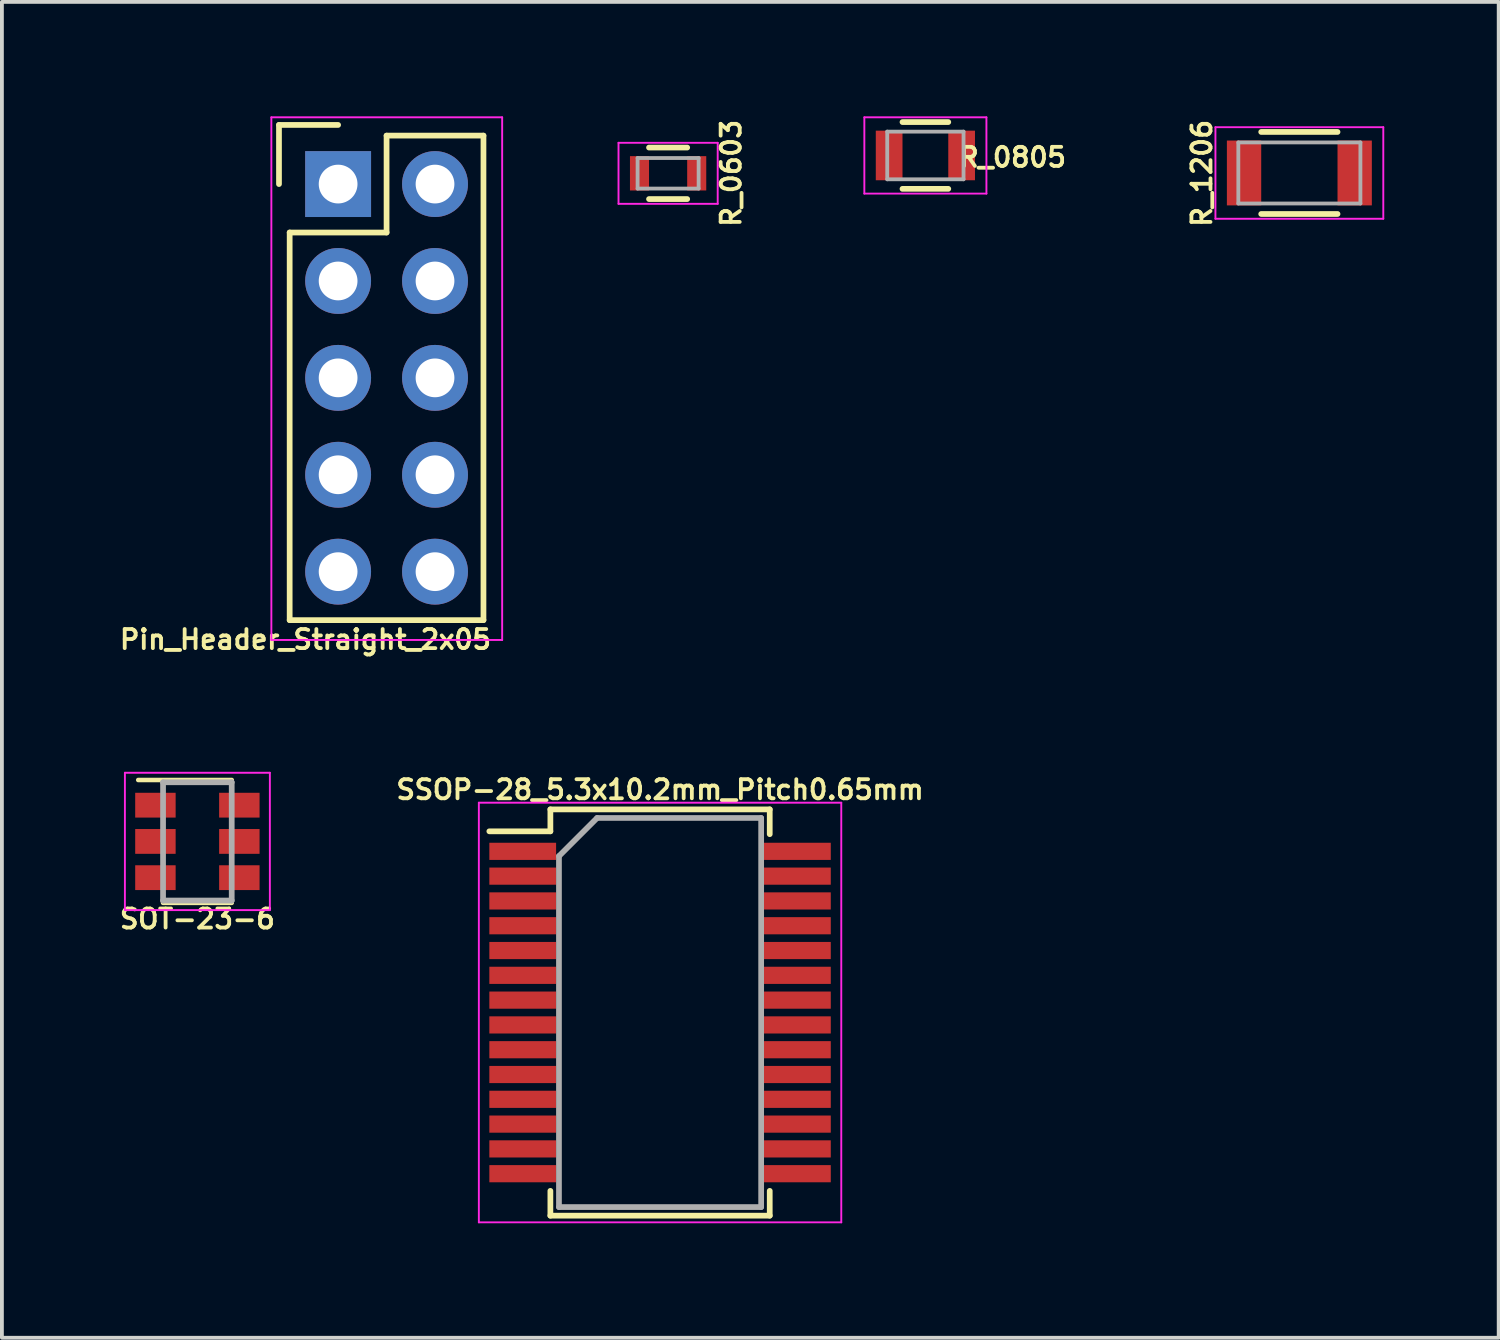
<source format=kicad_pcb>
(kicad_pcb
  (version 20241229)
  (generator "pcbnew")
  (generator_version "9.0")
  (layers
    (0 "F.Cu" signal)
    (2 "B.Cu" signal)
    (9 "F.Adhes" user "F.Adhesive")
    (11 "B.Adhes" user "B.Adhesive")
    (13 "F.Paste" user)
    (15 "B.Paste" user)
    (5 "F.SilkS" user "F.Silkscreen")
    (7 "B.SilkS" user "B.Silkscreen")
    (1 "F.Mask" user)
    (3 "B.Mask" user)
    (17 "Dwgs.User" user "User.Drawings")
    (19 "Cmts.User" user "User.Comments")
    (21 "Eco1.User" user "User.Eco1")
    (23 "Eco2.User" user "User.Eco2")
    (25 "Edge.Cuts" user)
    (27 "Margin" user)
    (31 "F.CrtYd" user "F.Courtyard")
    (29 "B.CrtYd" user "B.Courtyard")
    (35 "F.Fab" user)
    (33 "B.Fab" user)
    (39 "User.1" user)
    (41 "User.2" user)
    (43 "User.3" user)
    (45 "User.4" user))
  (footprint "R_0603"
    (layer "F.Cu")
    (at 14.463 1.493)
    (property "Reference" "R_0603" (at 1.651 0 270) (layer "F.SilkS") (effects (font (size 0.5 0.5) (thickness 0.1))))
    (attr smd)
    (fp_line (start -0.5 -0.675) (end 0.5 -0.675) (stroke (width 0.15) (type solid)) (layer "F.SilkS"))
    (fp_line (start 0.5 0.675) (end -0.5 0.675) (stroke (width 0.15) (type solid)) (layer "F.SilkS"))
    (fp_line (start -1.3 -0.8) (end -1.3 0.8) (stroke (width 0.05) (type solid)) (layer "F.CrtYd"))
    (fp_line (start -1.3 -0.8) (end 1.3 -0.8) (stroke (width 0.05) (type solid)) (layer "F.CrtYd"))
    (fp_line (start -1.3 0.8) (end 1.3 0.8) (stroke (width 0.05) (type solid)) (layer "F.CrtYd"))
    (fp_line (start 1.3 -0.8) (end 1.3 0.8) (stroke (width 0.05) (type solid)) (layer "F.CrtYd"))
    (fp_line (start -0.8 -0.4) (end 0.8 -0.4) (stroke (width 0.1) (type solid)) (layer "F.Fab"))
    (fp_line (start -0.8 0.4) (end -0.8 -0.4) (stroke (width 0.1) (type solid)) (layer "F.Fab"))
    (fp_line (start 0.8 -0.4) (end 0.8 0.4) (stroke (width 0.1) (type solid)) (layer "F.Fab"))
    (fp_line (start 0.8 0.4) (end -0.8 0.4) (stroke (width 0.1) (type solid)) (layer "F.Fab"))
    (pad "1" smd rect (at -0.75 0) (size 0.5 0.9) (layers "F.Cu" "F.Mask" "F.Paste"))
    (pad "2" smd rect (at 0.75 0) (size 0.5 0.9) (layers "F.Cu" "F.Mask" "F.Paste")))
  (footprint "Pin_Header_Straight_2x05"
    (layer "F.Cu")
    (at 5.813 1.775)
    (property "Reference" "Pin_Header_Straight_2x05" (at -0.856 11.938 0) (layer "F.SilkS") (effects (font (size 0.5 0.5) (thickness 0.1))))
    (attr through_hole)
    (fp_line (start -1.55 -1.55) (end -1.55 0) (stroke (width 0.15) (type solid)) (layer "F.SilkS"))
    (fp_line (start -1.27 11.43) (end -1.27 1.27) (stroke (width 0.15) (type solid)) (layer "F.SilkS"))
    (fp_line (start 0 -1.55) (end -1.55 -1.55) (stroke (width 0.15) (type solid)) (layer "F.SilkS"))
    (fp_line (start 1.27 -1.27) (end 1.27 1.27) (stroke (width 0.15) (type solid)) (layer "F.SilkS"))
    (fp_line (start 1.27 1.27) (end -1.27 1.27) (stroke (width 0.15) (type solid)) (layer "F.SilkS"))
    (fp_line (start 3.81 -1.27) (end 1.27 -1.27) (stroke (width 0.15) (type solid)) (layer "F.SilkS"))
    (fp_line (start 3.81 -1.27) (end 3.81 11.43) (stroke (width 0.15) (type solid)) (layer "F.SilkS"))
    (fp_line (start 3.81 11.43) (end -1.27 11.43) (stroke (width 0.15) (type solid)) (layer "F.SilkS"))
    (fp_line (start -1.75 -1.75) (end -1.75 11.95) (stroke (width 0.05) (type solid)) (layer "F.CrtYd"))
    (fp_line (start -1.75 -1.75) (end 4.3 -1.75) (stroke (width 0.05) (type solid)) (layer "F.CrtYd"))
    (fp_line (start -1.75 11.95) (end 4.3 11.95) (stroke (width 0.05) (type solid)) (layer "F.CrtYd"))
    (fp_line (start 4.3 -1.75) (end 4.3 11.95) (stroke (width 0.05) (type solid)) (layer "F.CrtYd"))
    (pad "1" thru_hole rect (at 0 0) (size 1.727 1.727) (drill 1.016) (layers "*.Cu" "*.Mask"))
    (pad "2" thru_hole oval (at 2.54 0) (size 1.727 1.727) (drill 1.016) (layers "*.Cu" "*.Mask"))
    (pad "3" thru_hole oval (at 0 2.54) (size 1.727 1.727) (drill 1.016) (layers "*.Cu" "*.Mask"))
    (pad "4" thru_hole oval (at 2.54 2.54) (size 1.727 1.727) (drill 1.016) (layers "*.Cu" "*.Mask"))
    (pad "5" thru_hole oval (at 0 5.08) (size 1.727 1.727) (drill 1.016) (layers "*.Cu" "*.Mask"))
    (pad "6" thru_hole oval (at 2.54 5.08) (size 1.727 1.727) (drill 1.016) (layers "*.Cu" "*.Mask"))
    (pad "7" thru_hole oval (at 0 7.62) (size 1.727 1.727) (drill 1.016) (layers "*.Cu" "*.Mask"))
    (pad "8" thru_hole oval (at 2.54 7.62) (size 1.727 1.727) (drill 1.016) (layers "*.Cu" "*.Mask"))
    (pad "9" thru_hole oval (at 0 10.16) (size 1.727 1.727) (drill 1.016) (layers "*.Cu" "*.Mask"))
    (pad "10" thru_hole oval (at 2.54 10.16) (size 1.727 1.727) (drill 1.016) (layers "*.Cu" "*.Mask")))
  (footprint "SSOP-28_5.3x10.2mm_Pitch0.65mm"
    (layer "F.Cu")
    (at 14.252 23.491)
    (property "Reference" "SSOP-28_5.3x10.2mm_Pitch0.65mm" (at 0 -5.842 0) (layer "F.SilkS") (effects (font (size 0.5 0.5) (thickness 0.1))))
    (attr smd)
    (fp_line (start -2.875 -5.325) (end -2.875 -4.75) (stroke (width 0.15) (type solid)) (layer "F.SilkS"))
    (fp_line (start -2.875 -5.325) (end 2.875 -5.325) (stroke (width 0.15) (type solid)) (layer "F.SilkS"))
    (fp_line (start -2.875 -4.75) (end -4.475 -4.75) (stroke (width 0.15) (type solid)) (layer "F.SilkS"))
    (fp_line (start -2.875 5.325) (end -2.875 4.675) (stroke (width 0.15) (type solid)) (layer "F.SilkS"))
    (fp_line (start -2.875 5.325) (end 2.875 5.325) (stroke (width 0.15) (type solid)) (layer "F.SilkS"))
    (fp_line (start 2.875 -5.325) (end 2.875 -4.675) (stroke (width 0.15) (type solid)) (layer "F.SilkS"))
    (fp_line (start 2.875 5.325) (end 2.875 4.675) (stroke (width 0.15) (type solid)) (layer "F.SilkS"))
    (fp_line (start -4.75 -5.5) (end -4.75 5.5) (stroke (width 0.05) (type solid)) (layer "F.CrtYd"))
    (fp_line (start -4.75 -5.5) (end 4.75 -5.5) (stroke (width 0.05) (type solid)) (layer "F.CrtYd"))
    (fp_line (start -4.75 5.5) (end 4.75 5.5) (stroke (width 0.05) (type solid)) (layer "F.CrtYd"))
    (fp_line (start 4.75 -5.5) (end 4.75 5.5) (stroke (width 0.05) (type solid)) (layer "F.CrtYd"))
    (fp_line (start -2.65 -4.1) (end -1.65 -5.1) (stroke (width 0.15) (type solid)) (layer "F.Fab"))
    (fp_line (start -2.65 5.1) (end -2.65 -4.1) (stroke (width 0.15) (type solid)) (layer "F.Fab"))
    (fp_line (start -1.65 -5.1) (end 2.65 -5.1) (stroke (width 0.15) (type solid)) (layer "F.Fab"))
    (fp_line (start 2.65 -5.1) (end 2.65 5.1) (stroke (width 0.15) (type solid)) (layer "F.Fab"))
    (fp_line (start 2.65 5.1) (end -2.65 5.1) (stroke (width 0.15) (type solid)) (layer "F.Fab"))
    (pad "1" smd rect (at -3.6 -4.225) (size 1.75 0.45) (layers "F.Cu" "F.Mask" "F.Paste"))
    (pad "2" smd rect (at -3.6 -3.575) (size 1.75 0.45) (layers "F.Cu" "F.Mask" "F.Paste"))
    (pad "3" smd rect (at -3.6 -2.925) (size 1.75 0.45) (layers "F.Cu" "F.Mask" "F.Paste"))
    (pad "4" smd rect (at -3.6 -2.275) (size 1.75 0.45) (layers "F.Cu" "F.Mask" "F.Paste"))
    (pad "5" smd rect (at -3.6 -1.625) (size 1.75 0.45) (layers "F.Cu" "F.Mask" "F.Paste"))
    (pad "6" smd rect (at -3.6 -0.975) (size 1.75 0.45) (layers "F.Cu" "F.Mask" "F.Paste"))
    (pad "7" smd rect (at -3.6 -0.325) (size 1.75 0.45) (layers "F.Cu" "F.Mask" "F.Paste"))
    (pad "8" smd rect (at -3.6 0.325) (size 1.75 0.45) (layers "F.Cu" "F.Mask" "F.Paste"))
    (pad "9" smd rect (at -3.6 0.975) (size 1.75 0.45) (layers "F.Cu" "F.Mask" "F.Paste"))
    (pad "10" smd rect (at -3.6 1.625) (size 1.75 0.45) (layers "F.Cu" "F.Mask" "F.Paste"))
    (pad "11" smd rect (at -3.6 2.275) (size 1.75 0.45) (layers "F.Cu" "F.Mask" "F.Paste"))
    (pad "12" smd rect (at -3.6 2.925) (size 1.75 0.45) (layers "F.Cu" "F.Mask" "F.Paste"))
    (pad "13" smd rect (at -3.6 3.575) (size 1.75 0.45) (layers "F.Cu" "F.Mask" "F.Paste"))
    (pad "14" smd rect (at -3.6 4.225) (size 1.75 0.45) (layers "F.Cu" "F.Mask" "F.Paste"))
    (pad "15" smd rect (at 3.6 4.225) (size 1.75 0.45) (layers "F.Cu" "F.Mask" "F.Paste"))
    (pad "16" smd rect (at 3.6 3.575) (size 1.75 0.45) (layers "F.Cu" "F.Mask" "F.Paste"))
    (pad "17" smd rect (at 3.6 2.925) (size 1.75 0.45) (layers "F.Cu" "F.Mask" "F.Paste"))
    (pad "18" smd rect (at 3.6 2.275) (size 1.75 0.45) (layers "F.Cu" "F.Mask" "F.Paste"))
    (pad "19" smd rect (at 3.6 1.625) (size 1.75 0.45) (layers "F.Cu" "F.Mask" "F.Paste"))
    (pad "20" smd rect (at 3.6 0.975) (size 1.75 0.45) (layers "F.Cu" "F.Mask" "F.Paste"))
    (pad "21" smd rect (at 3.6 0.325) (size 1.75 0.45) (layers "F.Cu" "F.Mask" "F.Paste"))
    (pad "22" smd rect (at 3.6 -0.325) (size 1.75 0.45) (layers "F.Cu" "F.Mask" "F.Paste"))
    (pad "23" smd rect (at 3.6 -0.975) (size 1.75 0.45) (layers "F.Cu" "F.Mask" "F.Paste"))
    (pad "24" smd rect (at 3.6 -1.625) (size 1.75 0.45) (layers "F.Cu" "F.Mask" "F.Paste"))
    (pad "25" smd rect (at 3.6 -2.275) (size 1.75 0.45) (layers "F.Cu" "F.Mask" "F.Paste"))
    (pad "26" smd rect (at 3.6 -2.925) (size 1.75 0.45) (layers "F.Cu" "F.Mask" "F.Paste"))
    (pad "27" smd rect (at 3.6 -3.575) (size 1.75 0.45) (layers "F.Cu" "F.Mask" "F.Paste"))
    (pad "28" smd rect (at 3.6 -4.225) (size 1.75 0.45) (layers "F.Cu" "F.Mask" "F.Paste")))
  (footprint "R_0805"
    (layer "F.Cu")
    (at 21.207 1.025)
    (property "Reference" "R_0805" (at 2.286 0.048 180) (layer "F.SilkS") (effects (font (size 0.5 0.5) (thickness 0.1))))
    (attr smd)
    (fp_line (start -0.6 -0.875) (end 0.6 -0.875) (stroke (width 0.15) (type solid)) (layer "F.SilkS"))
    (fp_line (start 0.6 0.875) (end -0.6 0.875) (stroke (width 0.15) (type solid)) (layer "F.SilkS"))
    (fp_line (start -1.6 -1) (end -1.6 1) (stroke (width 0.05) (type solid)) (layer "F.CrtYd"))
    (fp_line (start -1.6 -1) (end 1.6 -1) (stroke (width 0.05) (type solid)) (layer "F.CrtYd"))
    (fp_line (start -1.6 1) (end 1.6 1) (stroke (width 0.05) (type solid)) (layer "F.CrtYd"))
    (fp_line (start 1.6 -1) (end 1.6 1) (stroke (width 0.05) (type solid)) (layer "F.CrtYd"))
    (fp_line (start -1 -0.625) (end 1 -0.625) (stroke (width 0.1) (type solid)) (layer "F.Fab"))
    (fp_line (start -1 0.625) (end -1 -0.625) (stroke (width 0.1) (type solid)) (layer "F.Fab"))
    (fp_line (start 1 -0.625) (end 1 0.625) (stroke (width 0.1) (type solid)) (layer "F.Fab"))
    (fp_line (start 1 0.625) (end -1 0.625) (stroke (width 0.1) (type solid)) (layer "F.Fab"))
    (pad "1" smd rect (at -0.95 0) (size 0.7 1.3) (layers "F.Cu" "F.Mask" "F.Paste"))
    (pad "2" smd rect (at 0.95 0) (size 0.7 1.3) (layers "F.Cu" "F.Mask" "F.Paste")))
  (footprint "R_1206"
    (layer "F.Cu")
    (at 31.01 1.484)
    (property "Reference" "R_1206" (at -2.556 0.009 90) (layer "F.SilkS") (effects (font (size 0.5 0.5) (thickness 0.1))))
    (attr smd)
    (fp_line (start -1 -1.075) (end 1 -1.075) (stroke (width 0.15) (type solid)) (layer "F.SilkS"))
    (fp_line (start 1 1.075) (end -1 1.075) (stroke (width 0.15) (type solid)) (layer "F.SilkS"))
    (fp_line (start -2.2 -1.2) (end -2.2 1.2) (stroke (width 0.05) (type solid)) (layer "F.CrtYd"))
    (fp_line (start -2.2 -1.2) (end 2.2 -1.2) (stroke (width 0.05) (type solid)) (layer "F.CrtYd"))
    (fp_line (start -2.2 1.2) (end 2.2 1.2) (stroke (width 0.05) (type solid)) (layer "F.CrtYd"))
    (fp_line (start 2.2 -1.2) (end 2.2 1.2) (stroke (width 0.05) (type solid)) (layer "F.CrtYd"))
    (fp_line (start -1.6 -0.8) (end 1.6 -0.8) (stroke (width 0.1) (type solid)) (layer "F.Fab"))
    (fp_line (start -1.6 0.8) (end -1.6 -0.8) (stroke (width 0.1) (type solid)) (layer "F.Fab"))
    (fp_line (start 1.6 -0.8) (end 1.6 0.8) (stroke (width 0.1) (type solid)) (layer "F.Fab"))
    (fp_line (start 1.6 0.8) (end -1.6 0.8) (stroke (width 0.1) (type solid)) (layer "F.Fab"))
    (pad "1" smd rect (at -1.45 0) (size 0.9 1.7) (layers "F.Cu" "F.Mask" "F.Paste"))
    (pad "2" smd rect (at 1.45 0) (size 0.9 1.7) (layers "F.Cu" "F.Mask" "F.Paste")))
  (footprint "SOT-23-6"
    (layer "F.Cu")
    (at 2.124 19.006)
    (property "Reference" "SOT-23-6" (at 0 2.032 0) (layer "F.SilkS") (effects (font (size 0.5 0.5) (thickness 0.1))))
    (attr smd)
    (fp_line (start -0.9 1.61) (end 0.9 1.61) (stroke (width 0.12) (type solid)) (layer "F.SilkS"))
    (fp_line (start 0.9 -1.61) (end -1.55 -1.61) (stroke (width 0.12) (type solid)) (layer "F.SilkS"))
    (fp_line (start -1.9 -1.8) (end -1.9 1.8) (stroke (width 0.05) (type solid)) (layer "F.CrtYd"))
    (fp_line (start -1.9 1.8) (end 1.9 1.8) (stroke (width 0.05) (type solid)) (layer "F.CrtYd"))
    (fp_line (start 1.9 -1.8) (end -1.9 -1.8) (stroke (width 0.05) (type solid)) (layer "F.CrtYd"))
    (fp_line (start 1.9 1.8) (end 1.9 -1.8) (stroke (width 0.05) (type solid)) (layer "F.CrtYd"))
    (fp_line (start -0.9 -1.55) (end -0.9 1.55) (stroke (width 0.15) (type solid)) (layer "F.Fab"))
    (fp_line (start 0.9 -1.55) (end -0.9 -1.55) (stroke (width 0.15) (type solid)) (layer "F.Fab"))
    (fp_line (start 0.9 -1.55) (end 0.9 1.55) (stroke (width 0.15) (type solid)) (layer "F.Fab"))
    (fp_line (start 0.9 1.55) (end -0.9 1.55) (stroke (width 0.15) (type solid)) (layer "F.Fab"))
    (pad "1" smd rect (at -1.1 -0.95) (size 1.06 0.65) (layers "F.Cu" "F.Mask" "F.Paste"))
    (pad "2" smd rect (at -1.1 0) (size 1.06 0.65) (layers "F.Cu" "F.Mask" "F.Paste"))
    (pad "3" smd rect (at -1.1 0.95) (size 1.06 0.65) (layers "F.Cu" "F.Mask" "F.Paste"))
    (pad "4" smd rect (at 1.1 0.95) (size 1.06 0.65) (layers "F.Cu" "F.Mask" "F.Paste"))
    (pad "5" smd rect (at 1.1 0) (size 1.06 0.65) (layers "F.Cu" "F.Mask" "F.Paste"))
    (pad "6" smd rect (at 1.1 -0.95) (size 1.06 0.65) (layers "F.Cu" "F.Mask" "F.Paste")))
  (gr_rect
    (start -3 -3)
    (end 36.235 32.016)
    (stroke (width 0.1) (type default))
    (fill no)
    (layer "Edge.Cuts")))
</source>
